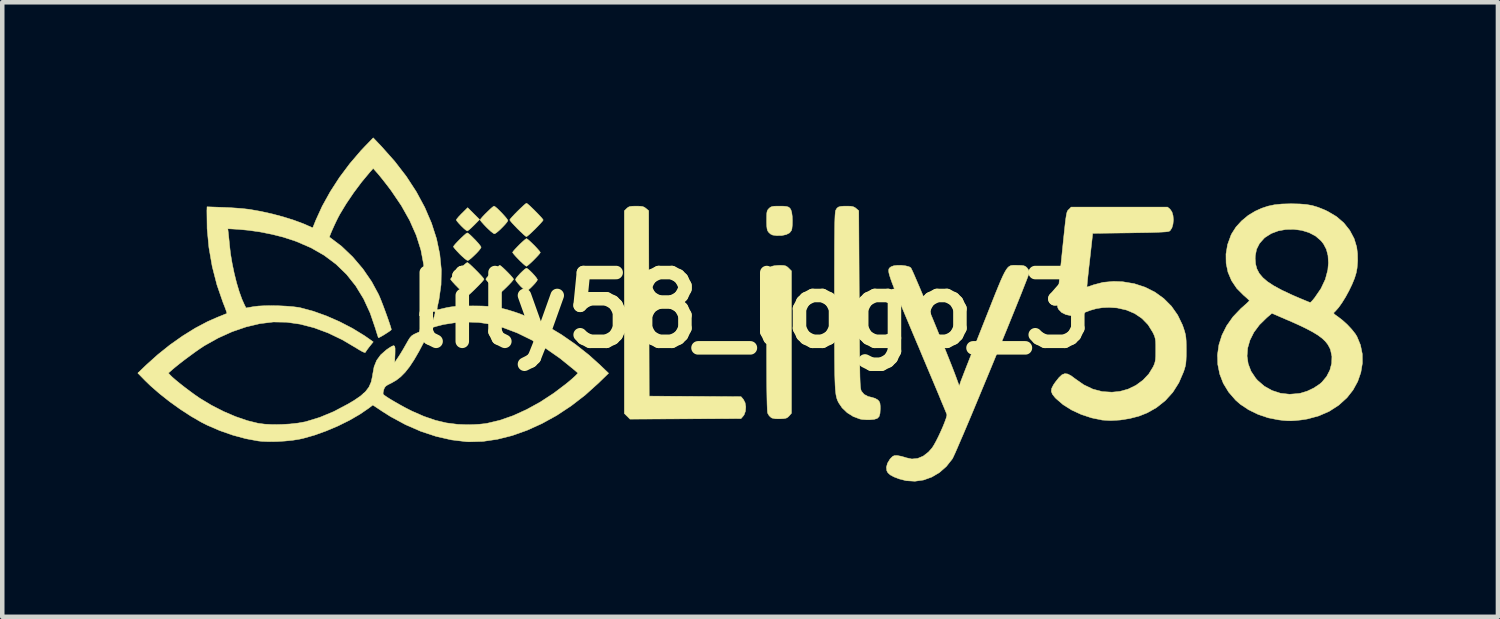
<source format=kicad_pcb>
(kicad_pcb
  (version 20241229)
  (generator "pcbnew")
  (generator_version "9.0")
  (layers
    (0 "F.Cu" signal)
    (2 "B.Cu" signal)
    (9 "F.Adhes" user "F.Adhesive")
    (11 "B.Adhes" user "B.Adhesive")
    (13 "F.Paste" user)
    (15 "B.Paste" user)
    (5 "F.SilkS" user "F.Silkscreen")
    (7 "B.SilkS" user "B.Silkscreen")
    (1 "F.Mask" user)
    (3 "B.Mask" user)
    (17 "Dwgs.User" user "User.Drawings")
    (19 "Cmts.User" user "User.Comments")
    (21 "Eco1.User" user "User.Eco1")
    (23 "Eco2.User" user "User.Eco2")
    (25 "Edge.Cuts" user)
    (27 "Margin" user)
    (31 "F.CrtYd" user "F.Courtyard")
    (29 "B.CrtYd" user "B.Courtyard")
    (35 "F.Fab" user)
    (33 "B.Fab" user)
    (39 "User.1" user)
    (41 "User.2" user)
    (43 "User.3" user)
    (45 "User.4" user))
  (footprint "lily58_logo_3"
    (layer "F.Cu")
    (at 13.583 3.826)
    (property "Reference" "lily58_logo_3" (at 0 0 0) (layer "F.SilkS") (effects (font (size 1.524 1.524) (thickness 0.3))))
    (attr through_hole)
    (fp_poly (pts (xy -6.003 -2.01) (xy -6.128 -1.883) (xy -6.188 -1.825) (xy -6.238 -1.781) (xy -6.271 -1.759) (xy -6.276 -1.757) (xy -6.301 -1.771) (xy -6.346 -1.808) (xy -6.401 -1.861) (xy -6.409 -1.869) (xy -6.462 -1.925) (xy -6.502 -1.972) (xy -6.519 -2) (xy -6.519 -2.002) (xy -6.505 -2.025) (xy -6.468 -2.07) (xy -6.414 -2.127) (xy -6.393 -2.148) (xy -6.267 -2.273) (xy -6.003 -2.01)) (stroke (width 0.01) (type solid)) (fill yes) (layer "F.SilkS"))
    (fp_poly (pts (xy -2.445 -2.305) (xy -2.388 -2.298) (xy -2.348 -2.281) (xy -2.314 -2.256) (xy -2.254 -2.205) (xy -2.249 -0.151) (xy -2.243 1.904) (xy -1.225 1.91) (xy -0.208 1.916) (xy -0.157 1.975) (xy -0.118 2.049) (xy -0.102 2.142) (xy -0.11 2.238) (xy -0.14 2.32) (xy -0.157 2.343) (xy -0.208 2.402) (xy -1.439 2.408) (xy -2.669 2.414) (xy -2.794 2.289) (xy -2.794 -2.203) (xy -2.742 -2.255) (xy -2.71 -2.282) (xy -2.673 -2.298) (xy -2.62 -2.305) (xy -2.537 -2.307) (xy -2.532 -2.307) (xy -2.445 -2.305)) (stroke (width 0.01) (type solid)) (fill yes) (layer "F.SilkS"))
    (fp_poly (pts (xy -4.935 -0.916) (xy -4.89 -0.878) (xy -4.837 -0.826) (xy -4.785 -0.769) (xy -4.744 -0.718) (xy -4.722 -0.683) (xy -4.72 -0.676) (xy -4.735 -0.647) (xy -4.771 -0.6) (xy -4.822 -0.545) (xy -4.876 -0.491) (xy -4.925 -0.448) (xy -4.959 -0.425) (xy -4.965 -0.423) (xy -4.989 -0.437) (xy -5.034 -0.475) (xy -5.089 -0.527) (xy -5.097 -0.535) (xy -5.15 -0.594) (xy -5.19 -0.644) (xy -5.207 -0.677) (xy -5.207 -0.679) (xy -5.193 -0.708) (xy -5.156 -0.754) (xy -5.106 -0.81) (xy -5.051 -0.864) (xy -5.003 -0.907) (xy -4.968 -0.93) (xy -4.962 -0.931) (xy -4.935 -0.916)) (stroke (width 0.01) (type solid)) (fill yes) (layer "F.SilkS"))
    (fp_poly (pts (xy -6.249 -1.7) (xy -6.203 -1.661) (xy -6.147 -1.606) (xy -6.087 -1.545) (xy -6.032 -1.484) (xy -5.991 -1.433) (xy -5.97 -1.4) (xy -5.969 -1.396) (xy -5.984 -1.366) (xy -6.022 -1.317) (xy -6.076 -1.259) (xy -6.137 -1.2) (xy -6.194 -1.148) (xy -6.241 -1.112) (xy -6.266 -1.101) (xy -6.294 -1.115) (xy -6.343 -1.153) (xy -6.405 -1.209) (xy -6.441 -1.244) (xy -6.502 -1.308) (xy -6.55 -1.362) (xy -6.578 -1.399) (xy -6.583 -1.409) (xy -6.568 -1.433) (xy -6.531 -1.477) (xy -6.478 -1.533) (xy -6.418 -1.593) (xy -6.36 -1.648) (xy -6.311 -1.691) (xy -6.279 -1.713) (xy -6.275 -1.714) (xy -6.249 -1.7)) (stroke (width 0.01) (type solid)) (fill yes) (layer "F.SilkS"))
    (fp_poly (pts (xy -5.656 -2.292) (xy -5.61 -2.254) (xy -5.554 -2.199) (xy -5.494 -2.137) (xy -5.44 -2.077) (xy -5.398 -2.026) (xy -5.377 -1.993) (xy -5.376 -1.989) (xy -5.391 -1.958) (xy -5.43 -1.91) (xy -5.484 -1.852) (xy -5.544 -1.792) (xy -5.602 -1.74) (xy -5.649 -1.705) (xy -5.674 -1.693) (xy -5.702 -1.708) (xy -5.751 -1.746) (xy -5.812 -1.802) (xy -5.848 -1.837) (xy -5.909 -1.901) (xy -5.957 -1.955) (xy -5.986 -1.991) (xy -5.99 -2.001) (xy -5.976 -2.025) (xy -5.938 -2.07) (xy -5.885 -2.126) (xy -5.825 -2.185) (xy -5.767 -2.241) (xy -5.718 -2.284) (xy -5.687 -2.306) (xy -5.682 -2.307) (xy -5.656 -2.292)) (stroke (width 0.01) (type solid)) (fill yes) (layer "F.SilkS"))
    (fp_poly (pts (xy -5.531 -0.98) (xy -5.487 -0.943) (xy -5.431 -0.89) (xy -5.371 -0.83) (xy -5.316 -0.772) (xy -5.273 -0.723) (xy -5.251 -0.691) (xy -5.249 -0.687) (xy -5.264 -0.663) (xy -5.301 -0.619) (xy -5.354 -0.563) (xy -5.414 -0.503) (xy -5.473 -0.447) (xy -5.521 -0.404) (xy -5.553 -0.382) (xy -5.557 -0.381) (xy -5.581 -0.395) (xy -5.625 -0.433) (xy -5.684 -0.488) (xy -5.721 -0.524) (xy -5.782 -0.588) (xy -5.83 -0.643) (xy -5.859 -0.679) (xy -5.863 -0.689) (xy -5.849 -0.713) (xy -5.811 -0.757) (xy -5.758 -0.813) (xy -5.698 -0.873) (xy -5.64 -0.928) (xy -5.591 -0.971) (xy -5.56 -0.993) (xy -5.555 -0.995) (xy -5.531 -0.98)) (stroke (width 0.01) (type solid)) (fill yes) (layer "F.SilkS"))
    (fp_poly (pts (xy -4.938 -1.573) (xy -4.894 -1.535) (xy -4.838 -1.482) (xy -4.778 -1.423) (xy -4.723 -1.364) (xy -4.68 -1.315) (xy -4.658 -1.284) (xy -4.657 -1.279) (xy -4.671 -1.255) (xy -4.709 -1.211) (xy -4.762 -1.155) (xy -4.821 -1.095) (xy -4.88 -1.04) (xy -4.929 -0.997) (xy -4.96 -0.975) (xy -4.965 -0.974) (xy -4.988 -0.988) (xy -5.033 -1.026) (xy -5.092 -1.081) (xy -5.128 -1.117) (xy -5.19 -1.181) (xy -5.238 -1.235) (xy -5.266 -1.272) (xy -5.271 -1.282) (xy -5.256 -1.306) (xy -5.218 -1.35) (xy -5.165 -1.406) (xy -5.106 -1.466) (xy -5.047 -1.521) (xy -4.998 -1.564) (xy -4.967 -1.586) (xy -4.962 -1.587) (xy -4.938 -1.573)) (stroke (width 0.01) (type solid)) (fill yes) (layer "F.SilkS"))
    (fp_poly (pts (xy 0.734 -2.306) (xy 0.802 -2.299) (xy 0.847 -2.285) (xy 0.877 -2.26) (xy 0.9 -2.221) (xy 0.916 -2.166) (xy 0.927 -2.083) (xy 0.931 -1.986) (xy 0.929 -1.89) (xy 0.921 -1.809) (xy 0.91 -1.768) (xy 0.869 -1.715) (xy 0.795 -1.677) (xy 0.697 -1.656) (xy 0.582 -1.654) (xy 0.493 -1.666) (xy 0.446 -1.689) (xy 0.403 -1.729) (xy 0.382 -1.761) (xy 0.37 -1.801) (xy 0.363 -1.859) (xy 0.36 -1.944) (xy 0.36 -1.993) (xy 0.361 -2.091) (xy 0.364 -2.156) (xy 0.373 -2.199) (xy 0.388 -2.228) (xy 0.412 -2.255) (xy 0.443 -2.282) (xy 0.478 -2.297) (xy 0.528 -2.305) (xy 0.607 -2.307) (xy 0.632 -2.307) (xy 0.734 -2.306)) (stroke (width 0.01) (type solid)) (fill yes) (layer "F.SilkS"))
    (fp_poly (pts (xy -6.252 -1.044) (xy -6.207 -1.006) (xy -6.149 -0.951) (xy -6.084 -0.887) (xy -6.02 -0.822) (xy -5.964 -0.762) (xy -5.923 -0.715) (xy -5.906 -0.688) (xy -5.905 -0.687) (xy -5.92 -0.664) (xy -5.958 -0.619) (xy -6.013 -0.561) (xy -6.077 -0.496) (xy -6.142 -0.432) (xy -6.202 -0.376) (xy -6.249 -0.335) (xy -6.275 -0.318) (xy -6.277 -0.318) (xy -6.299 -0.332) (xy -6.345 -0.37) (xy -6.406 -0.427) (xy -6.472 -0.493) (xy -6.541 -0.563) (xy -6.597 -0.624) (xy -6.634 -0.668) (xy -6.646 -0.689) (xy -6.632 -0.712) (xy -6.594 -0.757) (xy -6.539 -0.815) (xy -6.475 -0.88) (xy -6.41 -0.944) (xy -6.35 -1) (xy -6.303 -1.04) (xy -6.276 -1.058) (xy -6.275 -1.058) (xy -6.252 -1.044)) (stroke (width 0.01) (type solid)) (fill yes) (layer "F.SilkS"))
    (fp_poly (pts (xy -4.939 -2.356) (xy -4.895 -2.318) (xy -4.837 -2.263) (xy -4.772 -2.199) (xy -4.708 -2.134) (xy -4.652 -2.074) (xy -4.611 -2.027) (xy -4.593 -2.001) (xy -4.593 -1.999) (xy -4.608 -1.976) (xy -4.646 -1.932) (xy -4.701 -1.873) (xy -4.764 -1.808) (xy -4.83 -1.744) (xy -4.89 -1.688) (xy -4.937 -1.648) (xy -4.963 -1.63) (xy -4.964 -1.63) (xy -4.987 -1.644) (xy -5.032 -1.683) (xy -5.093 -1.74) (xy -5.16 -1.805) (xy -5.228 -1.876) (xy -5.284 -1.936) (xy -5.321 -1.981) (xy -5.334 -2.001) (xy -5.32 -2.024) (xy -5.281 -2.069) (xy -5.227 -2.127) (xy -5.163 -2.192) (xy -5.097 -2.256) (xy -5.037 -2.312) (xy -4.991 -2.353) (xy -4.964 -2.37) (xy -4.963 -2.371) (xy -4.939 -2.356)) (stroke (width 0.01) (type solid)) (fill yes) (layer "F.SilkS"))
    (fp_poly (pts (xy 0.735 -0.992) (xy 0.784 -0.981) (xy 0.824 -0.956) (xy 0.848 -0.933) (xy 0.91 -0.871) (xy 0.91 2.284) (xy 0.86 2.342) (xy 0.827 2.374) (xy 0.791 2.393) (xy 0.736 2.403) (xy 0.664 2.407) (xy 0.556 2.406) (xy 0.482 2.391) (xy 0.463 2.382) (xy 0.416 2.339) (xy 0.383 2.283) (xy 0.378 2.251) (xy 0.374 2.186) (xy 0.37 2.085) (xy 0.367 1.949) (xy 0.364 1.776) (xy 0.362 1.565) (xy 0.361 1.315) (xy 0.36 1.025) (xy 0.36 0.705) (xy 0.36 0.404) (xy 0.36 0.142) (xy 0.361 -0.084) (xy 0.362 -0.275) (xy 0.364 -0.436) (xy 0.367 -0.569) (xy 0.371 -0.676) (xy 0.376 -0.761) (xy 0.383 -0.827) (xy 0.392 -0.876) (xy 0.403 -0.911) (xy 0.416 -0.935) (xy 0.431 -0.951) (xy 0.449 -0.962) (xy 0.469 -0.971) (xy 0.477 -0.974) (xy 0.528 -0.985) (xy 0.603 -0.993) (xy 0.659 -0.995) (xy 0.735 -0.992)) (stroke (width 0.01) (type solid)) (fill yes) (layer "F.SilkS"))
    (fp_poly (pts (xy 2.222 -2.305) (xy 2.277 -2.295) (xy 2.319 -2.275) (xy 2.343 -2.256) (xy 2.402 -2.205) (xy 2.413 -0.24) (xy 2.415 0.094) (xy 2.417 0.388) (xy 2.418 0.646) (xy 2.42 0.868) (xy 2.422 1.059) (xy 2.424 1.221) (xy 2.426 1.355) (xy 2.428 1.466) (xy 2.431 1.556) (xy 2.434 1.626) (xy 2.438 1.68) (xy 2.442 1.721) (xy 2.447 1.751) (xy 2.452 1.772) (xy 2.458 1.788) (xy 2.461 1.794) (xy 2.52 1.865) (xy 2.609 1.912) (xy 2.696 1.933) (xy 2.765 1.954) (xy 2.823 1.988) (xy 2.829 1.993) (xy 2.856 2.025) (xy 2.872 2.064) (xy 2.878 2.123) (xy 2.879 2.182) (xy 2.873 2.286) (xy 2.853 2.356) (xy 2.812 2.398) (xy 2.744 2.419) (xy 2.654 2.427) (xy 2.565 2.427) (xy 2.482 2.421) (xy 2.429 2.412) (xy 2.281 2.357) (xy 2.146 2.272) (xy 2.033 2.164) (xy 1.959 2.055) (xy 1.943 2.024) (xy 1.929 1.993) (xy 1.917 1.959) (xy 1.907 1.921) (xy 1.897 1.874) (xy 1.89 1.817) (xy 1.883 1.747) (xy 1.878 1.661) (xy 1.874 1.556) (xy 1.87 1.43) (xy 1.868 1.281) (xy 1.866 1.104) (xy 1.865 0.898) (xy 1.864 0.661) (xy 1.863 0.388) (xy 1.863 0.078) (xy 1.863 -0.218) (xy 1.863 -0.555) (xy 1.863 -0.851) (xy 1.864 -1.111) (xy 1.864 -1.336) (xy 1.865 -1.528) (xy 1.867 -1.691) (xy 1.868 -1.826) (xy 1.87 -1.937) (xy 1.873 -2.025) (xy 1.876 -2.094) (xy 1.88 -2.145) (xy 1.884 -2.182) (xy 1.888 -2.206) (xy 1.894 -2.221) (xy 1.919 -2.262) (xy 1.952 -2.287) (xy 2.001 -2.301) (xy 2.076 -2.307) (xy 2.138 -2.307) (xy 2.222 -2.305)) (stroke (width 0.01) (type solid)) (fill yes) (layer "F.SilkS"))
    (fp_poly (pts (xy 5.873 -0.996) (xy 5.922 -0.995) (xy 5.927 -0.995) (xy 6.009 -0.993) (xy 6.063 -0.985) (xy 6.1 -0.968) (xy 6.129 -0.943) (xy 6.165 -0.892) (xy 6.181 -0.839) (xy 6.181 -0.837) (xy 6.173 -0.808) (xy 6.15 -0.743) (xy 6.113 -0.646) (xy 6.063 -0.519) (xy 6.003 -0.366) (xy 5.932 -0.19) (xy 5.853 0.006) (xy 5.767 0.218) (xy 5.675 0.445) (xy 5.578 0.681) (xy 5.478 0.925) (xy 5.377 1.172) (xy 5.274 1.421) (xy 5.172 1.666) (xy 5.072 1.907) (xy 4.976 2.138) (xy 4.884 2.358) (xy 4.798 2.562) (xy 4.719 2.748) (xy 4.648 2.912) (xy 4.588 3.052) (xy 4.539 3.164) (xy 4.502 3.244) (xy 4.479 3.291) (xy 4.475 3.297) (xy 4.343 3.464) (xy 4.189 3.599) (xy 4.019 3.699) (xy 3.837 3.764) (xy 3.647 3.791) (xy 3.454 3.779) (xy 3.301 3.74) (xy 3.183 3.695) (xy 3.101 3.651) (xy 3.048 3.603) (xy 3.024 3.56) (xy 3.015 3.481) (xy 3.039 3.392) (xy 3.092 3.304) (xy 3.112 3.281) (xy 3.157 3.238) (xy 3.199 3.221) (xy 3.259 3.222) (xy 3.265 3.223) (xy 3.344 3.238) (xy 3.429 3.262) (xy 3.45 3.27) (xy 3.579 3.298) (xy 3.708 3.285) (xy 3.832 3.233) (xy 3.948 3.143) (xy 4.031 3.048) (xy 4.07 2.986) (xy 4.117 2.901) (xy 4.168 2.8) (xy 4.218 2.692) (xy 4.266 2.584) (xy 4.306 2.484) (xy 4.337 2.399) (xy 4.354 2.339) (xy 4.355 2.313) (xy 4.346 2.288) (xy 4.321 2.227) (xy 4.282 2.133) (xy 4.23 2.009) (xy 4.168 1.858) (xy 4.095 1.684) (xy 4.013 1.489) (xy 3.923 1.276) (xy 3.827 1.048) (xy 3.727 0.808) (xy 3.695 0.734) (xy 3.573 0.445) (xy 3.467 0.192) (xy 3.375 -0.027) (xy 3.297 -0.215) (xy 3.232 -0.374) (xy 3.179 -0.507) (xy 3.137 -0.616) (xy 3.106 -0.704) (xy 3.084 -0.774) (xy 3.07 -0.828) (xy 3.065 -0.869) (xy 3.066 -0.899) (xy 3.073 -0.922) (xy 3.086 -0.938) (xy 3.102 -0.952) (xy 3.122 -0.965) (xy 3.124 -0.966) (xy 3.18 -0.986) (xy 3.261 -0.995) (xy 3.354 -0.994) (xy 3.443 -0.983) (xy 3.517 -0.964) (xy 3.556 -0.941) (xy 3.57 -0.915) (xy 3.599 -0.854) (xy 3.64 -0.762) (xy 3.691 -0.643) (xy 3.752 -0.501) (xy 3.819 -0.341) (xy 3.893 -0.166) (xy 3.97 0.02) (xy 4.05 0.212) (xy 4.13 0.407) (xy 4.208 0.6) (xy 4.284 0.786) (xy 4.355 0.963) (xy 4.42 1.126) (xy 4.477 1.27) (xy 4.524 1.392) (xy 4.56 1.488) (xy 4.561 1.491) (xy 4.63 1.679) (xy 4.657 1.596) (xy 4.669 1.562) (xy 4.696 1.493) (xy 4.735 1.391) (xy 4.786 1.26) (xy 4.847 1.105) (xy 4.916 0.929) (xy 4.993 0.736) (xy 5.075 0.529) (xy 5.161 0.311) (xy 5.169 0.291) (xy 5.271 0.034) (xy 5.358 -0.186) (xy 5.432 -0.372) (xy 5.496 -0.528) (xy 5.549 -0.655) (xy 5.595 -0.757) (xy 5.635 -0.837) (xy 5.67 -0.897) (xy 5.702 -0.94) (xy 5.732 -0.968) (xy 5.763 -0.985) (xy 5.796 -0.994) (xy 5.832 -0.996) (xy 5.873 -0.996)) (stroke (width 0.01) (type solid)) (fill yes) (layer "F.SilkS"))
    (fp_poly (pts (xy 9.247 -2.286) (xy 9.303 -2.238) (xy 9.344 -2.179) (xy 9.368 -2.097) (xy 9.376 -2.002) (xy 9.367 -1.908) (xy 9.343 -1.825) (xy 9.304 -1.765) (xy 9.285 -1.751) (xy 9.259 -1.744) (xy 9.207 -1.737) (xy 9.126 -1.732) (xy 9.014 -1.727) (xy 8.868 -1.722) (xy 8.686 -1.719) (xy 8.464 -1.715) (xy 8.414 -1.714) (xy 7.588 -1.704) (xy 7.522 -1.111) (xy 7.504 -0.958) (xy 7.489 -0.819) (xy 7.476 -0.7) (xy 7.467 -0.606) (xy 7.461 -0.543) (xy 7.459 -0.515) (xy 7.459 -0.514) (xy 7.479 -0.519) (xy 7.529 -0.535) (xy 7.597 -0.559) (xy 7.605 -0.562) (xy 7.819 -0.618) (xy 8.053 -0.639) (xy 8.253 -0.631) (xy 8.51 -0.588) (xy 8.749 -0.51) (xy 8.969 -0.399) (xy 9.164 -0.258) (xy 9.333 -0.088) (xy 9.471 0.108) (xy 9.577 0.327) (xy 9.601 0.395) (xy 9.626 0.473) (xy 9.643 0.539) (xy 9.653 0.604) (xy 9.659 0.68) (xy 9.661 0.776) (xy 9.662 0.889) (xy 9.661 1.014) (xy 9.657 1.108) (xy 9.651 1.181) (xy 9.639 1.244) (xy 9.621 1.307) (xy 9.602 1.365) (xy 9.497 1.608) (xy 9.362 1.821) (xy 9.195 2.005) (xy 8.998 2.161) (xy 8.796 2.275) (xy 8.615 2.347) (xy 8.41 2.4) (xy 8.196 2.434) (xy 7.986 2.446) (xy 7.799 2.435) (xy 7.562 2.386) (xy 7.334 2.311) (xy 7.122 2.213) (xy 6.933 2.095) (xy 6.776 1.96) (xy 6.746 1.928) (xy 6.693 1.86) (xy 6.67 1.798) (xy 6.678 1.733) (xy 6.717 1.656) (xy 6.762 1.591) (xy 6.84 1.493) (xy 6.906 1.431) (xy 6.969 1.406) (xy 7.035 1.414) (xy 7.112 1.455) (xy 7.192 1.515) (xy 7.389 1.653) (xy 7.59 1.749) (xy 7.798 1.804) (xy 8.013 1.817) (xy 8.188 1.8) (xy 8.373 1.749) (xy 8.547 1.664) (xy 8.702 1.55) (xy 8.831 1.413) (xy 8.927 1.256) (xy 8.928 1.255) (xy 8.953 1.198) (xy 8.969 1.147) (xy 8.979 1.091) (xy 8.984 1.018) (xy 8.985 0.918) (xy 8.985 0.878) (xy 8.985 0.769) (xy 8.982 0.69) (xy 8.974 0.632) (xy 8.96 0.581) (xy 8.938 0.528) (xy 8.917 0.486) (xy 8.814 0.321) (xy 8.68 0.183) (xy 8.518 0.073) (xy 8.333 -0.005) (xy 8.129 -0.051) (xy 7.954 -0.063) (xy 7.808 -0.057) (xy 7.674 -0.037) (xy 7.536 0.002) (xy 7.388 0.058) (xy 7.289 0.096) (xy 7.214 0.117) (xy 7.151 0.124) (xy 7.113 0.122) (xy 6.993 0.097) (xy 6.897 0.049) (xy 6.832 -0.019) (xy 6.826 -0.029) (xy 6.818 -0.046) (xy 6.811 -0.066) (xy 6.807 -0.092) (xy 6.805 -0.127) (xy 6.806 -0.176) (xy 6.809 -0.243) (xy 6.816 -0.332) (xy 6.826 -0.446) (xy 6.84 -0.589) (xy 6.858 -0.765) (xy 6.879 -0.978) (xy 6.888 -1.06) (xy 6.913 -1.305) (xy 6.934 -1.511) (xy 6.952 -1.683) (xy 6.967 -1.823) (xy 6.979 -1.935) (xy 6.99 -2.022) (xy 7 -2.088) (xy 7.009 -2.136) (xy 7.017 -2.17) (xy 7.026 -2.193) (xy 7.035 -2.21) (xy 7.046 -2.222) (xy 7.058 -2.234) (xy 7.061 -2.236) (xy 7.11 -2.286) (xy 8.179 -2.286) (xy 9.247 -2.286)) (stroke (width 0.01) (type solid)) (fill yes) (layer "F.SilkS"))
    (fp_poly (pts (xy 12.178 -2.355) (xy 12.325 -2.343) (xy 12.455 -2.32) (xy 12.581 -2.282) (xy 12.714 -2.229) (xy 12.799 -2.189) (xy 12.99 -2.076) (xy 13.153 -1.936) (xy 13.284 -1.772) (xy 13.382 -1.588) (xy 13.439 -1.401) (xy 13.457 -1.257) (xy 13.46 -1.094) (xy 13.448 -0.934) (xy 13.428 -0.827) (xy 13.392 -0.709) (xy 13.337 -0.575) (xy 13.269 -0.434) (xy 13.193 -0.294) (xy 13.113 -0.165) (xy 13.036 -0.057) (xy 12.964 0.024) (xy 12.946 0.04) (xy 12.93 0.058) (xy 12.935 0.077) (xy 12.965 0.104) (xy 13.022 0.144) (xy 13.125 0.223) (xy 13.231 0.319) (xy 13.329 0.424) (xy 13.408 0.524) (xy 13.445 0.584) (xy 13.523 0.772) (xy 13.563 0.97) (xy 13.565 1.175) (xy 13.531 1.38) (xy 13.462 1.579) (xy 13.358 1.769) (xy 13.224 1.939) (xy 13.04 2.106) (xy 12.829 2.242) (xy 12.594 2.344) (xy 12.34 2.412) (xy 12.201 2.433) (xy 12.084 2.445) (xy 11.991 2.451) (xy 11.904 2.45) (xy 11.806 2.442) (xy 11.705 2.43) (xy 11.477 2.385) (xy 11.253 2.309) (xy 11.043 2.207) (xy 10.857 2.083) (xy 10.755 1.993) (xy 10.6 1.814) (xy 10.482 1.62) (xy 10.403 1.415) (xy 10.36 1.202) (xy 10.355 1.016) (xy 11.009 1.016) (xy 11.034 1.188) (xy 11.097 1.353) (xy 11.2 1.507) (xy 11.24 1.553) (xy 11.391 1.684) (xy 11.563 1.78) (xy 11.751 1.841) (xy 11.952 1.863) (xy 12.16 1.846) (xy 12.196 1.839) (xy 12.343 1.794) (xy 12.489 1.724) (xy 12.62 1.637) (xy 12.668 1.595) (xy 12.772 1.47) (xy 12.845 1.328) (xy 12.885 1.177) (xy 12.89 1.025) (xy 12.859 0.879) (xy 12.841 0.836) (xy 12.799 0.76) (xy 12.743 0.689) (xy 12.671 0.621) (xy 12.578 0.552) (xy 12.461 0.481) (xy 12.315 0.404) (xy 12.137 0.319) (xy 11.922 0.224) (xy 11.902 0.216) (xy 11.56 0.068) (xy 11.444 0.167) (xy 11.284 0.324) (xy 11.16 0.49) (xy 11.073 0.664) (xy 11.022 0.84) (xy 11.009 1.016) (xy 10.355 1.016) (xy 10.354 0.985) (xy 10.385 0.767) (xy 10.453 0.553) (xy 10.557 0.345) (xy 10.696 0.148) (xy 10.871 -0.036) (xy 10.909 -0.069) (xy 10.974 -0.127) (xy 11.025 -0.174) (xy 11.055 -0.205) (xy 11.06 -0.212) (xy 11.044 -0.231) (xy 11.004 -0.269) (xy 10.947 -0.32) (xy 10.93 -0.334) (xy 10.78 -0.485) (xy 10.665 -0.656) (xy 10.586 -0.843) (xy 10.545 -1.041) (xy 10.543 -1.143) (xy 11.189 -1.143) (xy 11.198 -1.024) (xy 11.227 -0.916) (xy 11.279 -0.816) (xy 11.357 -0.723) (xy 11.464 -0.631) (xy 11.602 -0.541) (xy 11.775 -0.447) (xy 11.985 -0.348) (xy 12.064 -0.313) (xy 12.174 -0.266) (xy 12.27 -0.226) (xy 12.345 -0.195) (xy 12.394 -0.175) (xy 12.408 -0.17) (xy 12.429 -0.185) (xy 12.466 -0.225) (xy 12.507 -0.275) (xy 12.647 -0.479) (xy 12.744 -0.685) (xy 12.799 -0.892) (xy 12.813 -1.048) (xy 12.803 -1.212) (xy 12.767 -1.35) (xy 12.703 -1.471) (xy 12.647 -1.541) (xy 12.528 -1.644) (xy 12.383 -1.72) (xy 12.22 -1.77) (xy 12.046 -1.793) (xy 11.871 -1.79) (xy 11.701 -1.759) (xy 11.544 -1.7) (xy 11.409 -1.614) (xy 11.388 -1.596) (xy 11.285 -1.48) (xy 11.22 -1.352) (xy 11.191 -1.205) (xy 11.189 -1.143) (xy 10.543 -1.143) (xy 10.542 -1.246) (xy 10.577 -1.454) (xy 10.652 -1.661) (xy 10.671 -1.699) (xy 10.763 -1.843) (xy 10.888 -1.98) (xy 11.035 -2.102) (xy 11.191 -2.196) (xy 11.333 -2.26) (xy 11.471 -2.306) (xy 11.616 -2.337) (xy 11.779 -2.354) (xy 11.97 -2.359) (xy 12.002 -2.359) (xy 12.178 -2.355)) (stroke (width 0.01) (type solid)) (fill yes) (layer "F.SilkS"))
    (fp_poly (pts (xy -8.178 -3.63) (xy -7.885 -3.301) (xy -7.626 -2.965) (xy -7.404 -2.624) (xy -7.218 -2.279) (xy -7.069 -1.932) (xy -6.957 -1.585) (xy -6.885 -1.241) (xy -6.851 -0.9) (xy -6.857 -0.564) (xy -6.903 -0.236) (xy -6.92 -0.159) (xy -6.938 -0.077) (xy -6.945 -0.029) (xy -6.941 -0.009) (xy -6.929 -0.009) (xy -6.896 -0.018) (xy -6.833 -0.033) (xy -6.752 -0.052) (xy -6.726 -0.058) (xy -6.645 -0.072) (xy -6.556 -0.083) (xy -6.451 -0.09) (xy -6.32 -0.094) (xy -6.156 -0.095) (xy -6.138 -0.095) (xy -5.955 -0.093) (xy -5.801 -0.085) (xy -5.665 -0.071) (xy -5.536 -0.048) (xy -5.4 -0.014) (xy -5.247 0.033) (xy -5.112 0.079) (xy -4.809 0.2) (xy -4.498 0.356) (xy -4.185 0.544) (xy -3.876 0.758) (xy -3.578 0.994) (xy -3.334 1.214) (xy -3.143 1.397) (xy -3.371 1.618) (xy -3.665 1.883) (xy -3.974 2.121) (xy -4.293 2.332) (xy -4.62 2.512) (xy -4.951 2.662) (xy -5.281 2.779) (xy -5.608 2.861) (xy -5.928 2.908) (xy -6.237 2.917) (xy -6.297 2.914) (xy -6.627 2.874) (xy -6.965 2.797) (xy -7.307 2.684) (xy -7.646 2.536) (xy -7.977 2.357) (xy -8.148 2.249) (xy -8.369 2.102) (xy -8.459 2.171) (xy -8.658 2.307) (xy -8.888 2.44) (xy -9.14 2.565) (xy -9.402 2.676) (xy -9.664 2.77) (xy -9.915 2.841) (xy -9.998 2.859) (xy -10.146 2.883) (xy -10.317 2.9) (xy -10.496 2.911) (xy -10.671 2.913) (xy -10.827 2.907) (xy -10.911 2.898) (xy -11.186 2.847) (xy -11.474 2.769) (xy -11.763 2.668) (xy -12.039 2.549) (xy -12.171 2.482) (xy -12.399 2.35) (xy -12.636 2.196) (xy -12.872 2.027) (xy -13.096 1.85) (xy -13.298 1.674) (xy -13.42 1.556) (xy -13.578 1.394) (xy -13.577 1.393) (xy -12.901 1.393) (xy -12.858 1.44) (xy -12.811 1.486) (xy -12.737 1.55) (xy -12.643 1.627) (xy -12.537 1.71) (xy -12.428 1.792) (xy -12.322 1.87) (xy -12.228 1.935) (xy -12.203 1.952) (xy -11.944 2.108) (xy -11.676 2.245) (xy -11.409 2.359) (xy -11.15 2.448) (xy -10.91 2.507) (xy -10.763 2.526) (xy -10.588 2.535) (xy -10.399 2.533) (xy -10.207 2.522) (xy -10.027 2.502) (xy -9.871 2.474) (xy -9.851 2.469) (xy -9.544 2.375) (xy -9.234 2.246) (xy -8.918 2.079) (xy -8.783 1.999) (xy -8.64 1.901) (xy -8.591 1.857) (xy -8.141 1.857) (xy -8.139 1.862) (xy -8.112 1.887) (xy -8.054 1.927) (xy -7.973 1.978) (xy -7.876 2.035) (xy -7.769 2.096) (xy -7.66 2.156) (xy -7.557 2.209) (xy -7.504 2.236) (xy -7.236 2.353) (xy -6.984 2.44) (xy -6.739 2.498) (xy -6.49 2.53) (xy -6.287 2.538) (xy -6.15 2.536) (xy -6.011 2.528) (xy -5.887 2.515) (xy -5.836 2.507) (xy -5.554 2.44) (xy -5.26 2.338) (xy -4.959 2.201) (xy -4.657 2.035) (xy -4.359 1.84) (xy -4.096 1.641) (xy -4.015 1.575) (xy -3.944 1.514) (xy -3.89 1.465) (xy -3.864 1.44) (xy -3.822 1.394) (xy -3.906 1.321) (xy -4.215 1.07) (xy -4.531 0.849) (xy -4.85 0.659) (xy -5.167 0.504) (xy -5.48 0.386) (xy -5.777 0.307) (xy -6.023 0.271) (xy -6.285 0.262) (xy -6.549 0.277) (xy -6.801 0.316) (xy -6.957 0.356) (xy -7.079 0.393) (xy -7.229 0.689) (xy -7.346 0.912) (xy -7.454 1.098) (xy -7.555 1.252) (xy -7.654 1.377) (xy -7.752 1.476) (xy -7.853 1.554) (xy -7.96 1.615) (xy -7.962 1.616) (xy -8.038 1.654) (xy -8.084 1.685) (xy -8.11 1.719) (xy -8.127 1.763) (xy -8.14 1.818) (xy -8.141 1.857) (xy -8.591 1.857) (xy -8.532 1.805) (xy -8.456 1.705) (xy -8.406 1.592) (xy -8.377 1.459) (xy -8.372 1.421) (xy -8.341 1.253) (xy -8.284 1.112) (xy -8.195 0.99) (xy -8.071 0.88) (xy -8.012 0.839) (xy -7.949 0.8) (xy -7.909 0.785) (xy -7.885 0.798) (xy -7.876 0.843) (xy -7.876 0.924) (xy -7.877 0.971) (xy -7.885 1.159) (xy -7.804 1.04) (xy -7.756 0.965) (xy -7.698 0.869) (xy -7.642 0.771) (xy -7.626 0.743) (xy -7.579 0.66) (xy -7.542 0.604) (xy -7.507 0.567) (xy -7.463 0.538) (xy -7.403 0.509) (xy -7.4 0.508) (xy -7.318 0.473) (xy -7.238 0.441) (xy -7.19 0.424) (xy -7.132 0.398) (xy -7.094 0.356) (xy -7.069 0.305) (xy -7.032 0.212) (xy -7.005 0.13) (xy -6.99 0.067) (xy -6.99 0.031) (xy -6.992 0.029) (xy -7.016 0.029) (xy -7.07 0.042) (xy -7.143 0.065) (xy -7.166 0.073) (xy -7.242 0.098) (xy -7.301 0.116) (xy -7.333 0.122) (xy -7.336 0.121) (xy -7.335 0.098) (xy -7.326 0.045) (xy -7.309 -0.029) (xy -7.303 -0.05) (xy -7.242 -0.37) (xy -7.221 -0.69) (xy -7.242 -1.011) (xy -7.303 -1.334) (xy -7.406 -1.66) (xy -7.551 -1.988) (xy -7.737 -2.319) (xy -7.965 -2.655) (xy -8.014 -2.72) (xy -8.087 -2.815) (xy -8.16 -2.908) (xy -8.224 -2.987) (xy -8.272 -3.044) (xy -8.276 -3.048) (xy -8.361 -3.143) (xy -8.436 -3.059) (xy -8.616 -2.843) (xy -8.794 -2.605) (xy -8.96 -2.36) (xy -9.103 -2.123) (xy -9.108 -2.113) (xy -9.144 -2.046) (xy -9.184 -1.964) (xy -9.226 -1.875) (xy -9.265 -1.788) (xy -9.298 -1.712) (xy -9.321 -1.654) (xy -9.33 -1.623) (xy -9.33 -1.62) (xy -9.063 -1.418) (xy -8.815 -1.181) (xy -8.591 -0.918) (xy -8.395 -0.633) (xy -8.243 -0.352) (xy -8.214 -0.286) (xy -8.178 -0.197) (xy -8.137 -0.091) (xy -8.095 0.022) (xy -8.054 0.135) (xy -8.017 0.24) (xy -7.987 0.33) (xy -7.966 0.396) (xy -7.959 0.431) (xy -7.959 0.432) (xy -7.975 0.448) (xy -8.017 0.478) (xy -8.074 0.515) (xy -8.136 0.554) (xy -8.192 0.586) (xy -8.232 0.607) (xy -8.245 0.61) (xy -8.254 0.587) (xy -8.272 0.533) (xy -8.296 0.457) (xy -8.309 0.412) (xy -8.428 0.063) (xy -8.574 -0.254) (xy -8.749 -0.54) (xy -8.952 -0.795) (xy -9.185 -1.02) (xy -9.448 -1.217) (xy -9.742 -1.385) (xy -10.069 -1.526) (xy -10.351 -1.619) (xy -10.597 -1.681) (xy -10.862 -1.734) (xy -11.126 -1.772) (xy -11.353 -1.793) (xy -11.583 -1.806) (xy -11.571 -1.702) (xy -11.563 -1.624) (xy -11.553 -1.528) (xy -11.546 -1.45) (xy -11.523 -1.249) (xy -11.487 -1.036) (xy -11.442 -0.82) (xy -11.39 -0.61) (xy -11.332 -0.416) (xy -11.271 -0.246) (xy -11.217 -0.125) (xy -11.179 -0.05) (xy -11.013 -0.079) (xy -10.907 -0.092) (xy -10.771 -0.099) (xy -10.614 -0.101) (xy -10.449 -0.098) (xy -10.287 -0.09) (xy -10.138 -0.078) (xy -10.014 -0.062) (xy -9.97 -0.053) (xy -9.69 0.022) (xy -9.397 0.127) (xy -9.103 0.256) (xy -8.819 0.403) (xy -8.556 0.564) (xy -8.461 0.63) (xy -8.36 0.702) (xy -8.444 0.807) (xy -8.489 0.866) (xy -8.522 0.914) (xy -8.536 0.937) (xy -8.556 0.937) (xy -8.606 0.915) (xy -8.68 0.873) (xy -8.729 0.842) (xy -9.042 0.657) (xy -9.358 0.505) (xy -9.671 0.389) (xy -9.98 0.309) (xy -10.28 0.266) (xy -10.568 0.261) (xy -10.583 0.262) (xy -10.875 0.298) (xy -11.178 0.37) (xy -11.487 0.476) (xy -11.795 0.615) (xy -12.096 0.783) (xy -12.106 0.789) (xy -12.191 0.845) (xy -12.299 0.92) (xy -12.419 1.008) (xy -12.542 1.099) (xy -12.657 1.188) (xy -12.755 1.267) (xy -12.806 1.31) (xy -12.901 1.393) (xy -13.577 1.393) (xy -13.392 1.215) (xy -13.136 0.985) (xy -12.866 0.769) (xy -12.587 0.572) (xy -12.307 0.398) (xy -12.033 0.253) (xy -11.822 0.16) (xy -11.735 0.125) (xy -11.664 0.096) (xy -11.617 0.077) (xy -11.602 0.071) (xy -11.607 0.051) (xy -11.624 -0.001) (xy -11.652 -0.077) (xy -11.688 -0.168) (xy -11.69 -0.173) (xy -11.824 -0.561) (xy -11.929 -0.969) (xy -12.002 -1.388) (xy -12.042 -1.806) (xy -12.047 -2.214) (xy -12.046 -2.22) (xy -12.044 -2.292) (xy -11.679 -2.279) (xy -11.537 -2.273) (xy -11.391 -2.263) (xy -11.252 -2.252) (xy -11.136 -2.239) (xy -11.091 -2.233) (xy -10.849 -2.19) (xy -10.598 -2.134) (xy -10.351 -2.068) (xy -10.119 -1.995) (xy -9.913 -1.919) (xy -9.837 -1.886) (xy -9.701 -1.825) (xy -9.632 -1.997) (xy -9.49 -2.308) (xy -9.314 -2.625) (xy -9.11 -2.941) (xy -8.881 -3.247) (xy -8.634 -3.536) (xy -8.544 -3.631) (xy -8.36 -3.821) (xy -8.178 -3.63)) (stroke (width 0.01) (type solid)) (fill yes) (layer "F.SilkS")))
  (gr_rect
    (start -3 -3)
    (end 30.153 10.622)
    (stroke (width 0.1) (type default))
    (fill no)
    (layer "Edge.Cuts")))
</source>
